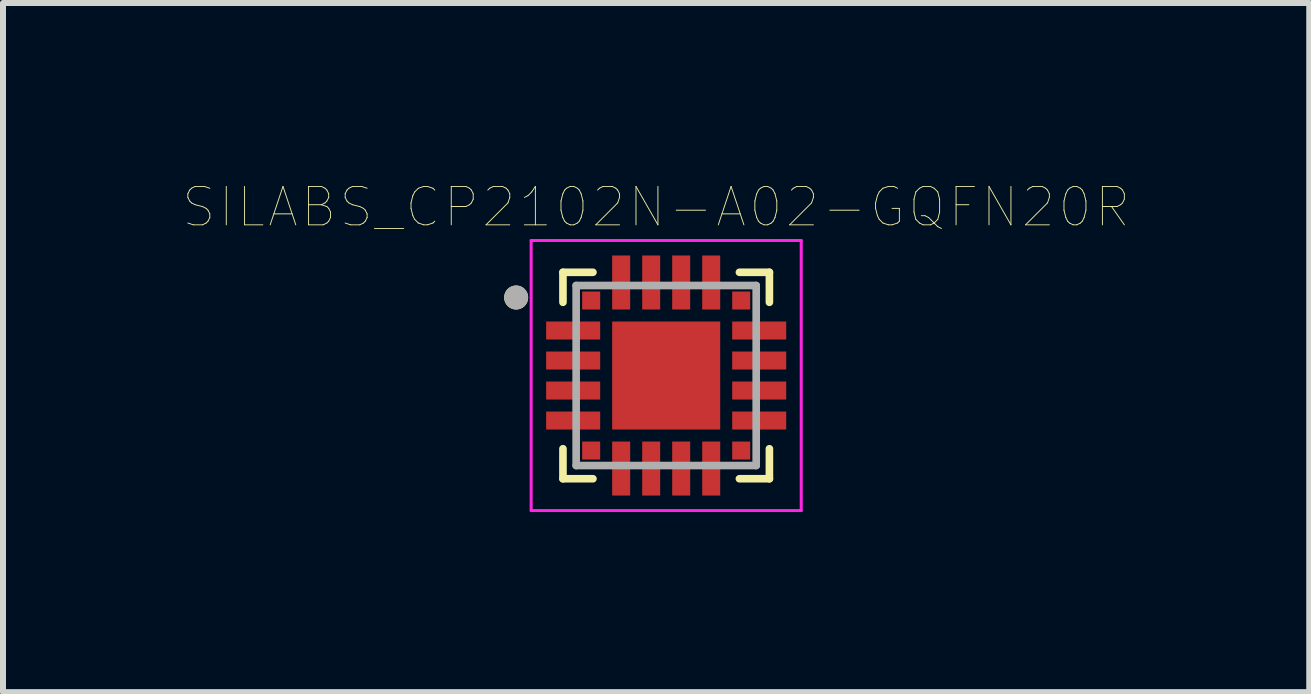
<source format=kicad_pcb>
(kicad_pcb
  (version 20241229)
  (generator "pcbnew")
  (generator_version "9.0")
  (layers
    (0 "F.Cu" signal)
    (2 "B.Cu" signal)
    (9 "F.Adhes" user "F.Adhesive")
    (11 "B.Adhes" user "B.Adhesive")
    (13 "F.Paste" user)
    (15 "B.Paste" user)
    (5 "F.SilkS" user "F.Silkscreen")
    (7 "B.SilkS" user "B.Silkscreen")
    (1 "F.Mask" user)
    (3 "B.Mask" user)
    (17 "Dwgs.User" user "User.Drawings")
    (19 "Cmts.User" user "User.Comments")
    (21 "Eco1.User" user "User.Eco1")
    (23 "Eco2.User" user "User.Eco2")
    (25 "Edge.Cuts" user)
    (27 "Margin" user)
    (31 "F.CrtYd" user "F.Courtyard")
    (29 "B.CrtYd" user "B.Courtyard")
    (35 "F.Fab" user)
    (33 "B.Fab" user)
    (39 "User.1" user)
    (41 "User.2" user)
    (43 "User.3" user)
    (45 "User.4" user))
  (footprint "SILABS_CP2102N-A02-GQFN20R"
    (layer "F.Cu")
    (at 8.05 3.207)
    (property "Reference" "SILABS_CP2102N-A02-GQFN20R" (at -0.168 -2.806 0) (layer "F.SilkS") (effects (font (size 0.64 0.64) (thickness 0.015))))
    (attr through_hole)
    (fp_line (start -1.72 -1.72) (end -1.22 -1.72) (stroke (width 0.127) (type solid)) (layer "F.SilkS"))
    (fp_line (start -1.72 -1.22) (end -1.72 -1.72) (stroke (width 0.127) (type solid)) (layer "F.SilkS"))
    (fp_line (start -1.72 1.72) (end -1.72 1.22) (stroke (width 0.127) (type solid)) (layer "F.SilkS"))
    (fp_line (start -1.22 1.72) (end -1.72 1.72) (stroke (width 0.127) (type solid)) (layer "F.SilkS"))
    (fp_line (start 1.22 -1.72) (end 1.72 -1.72) (stroke (width 0.127) (type solid)) (layer "F.SilkS"))
    (fp_line (start 1.72 -1.72) (end 1.72 -1.22) (stroke (width 0.127) (type solid)) (layer "F.SilkS"))
    (fp_line (start 1.72 1.22) (end 1.72 1.72) (stroke (width 0.127) (type solid)) (layer "F.SilkS"))
    (fp_line (start 1.72 1.72) (end 1.22 1.72) (stroke (width 0.127) (type solid)) (layer "F.SilkS"))
    (fp_circle (center -2.5 -1.3) (end -2.4 -1.3) (stroke (width 0.2) (type solid)) (fill no) (layer "F.SilkS"))
    (fp_poly (pts (xy -0.85 -0.85) (xy -0.1 -0.85) (xy -0.1 -0.1) (xy -0.85 -0.1)) (stroke (width 0.01) (type solid)) (fill yes) (layer "F.Paste"))
    (fp_poly (pts (xy -0.85 0.1) (xy -0.1 0.1) (xy -0.1 0.85) (xy -0.85 0.85)) (stroke (width 0.01) (type solid)) (fill yes) (layer "F.Paste"))
    (fp_poly (pts (xy 0.1 -0.85) (xy 0.85 -0.85) (xy 0.85 -0.1) (xy 0.1 -0.1)) (stroke (width 0.01) (type solid)) (fill yes) (layer "F.Paste"))
    (fp_poly (pts (xy 0.1 0.1) (xy 0.85 0.1) (xy 0.85 0.85) (xy 0.1 0.85)) (stroke (width 0.01) (type solid)) (fill yes) (layer "F.Paste"))
    (fp_line (start -2.25 -2.25) (end 2.25 -2.25) (stroke (width 0.05) (type solid)) (layer "F.CrtYd"))
    (fp_line (start -2.25 2.25) (end -2.25 -2.25) (stroke (width 0.05) (type solid)) (layer "F.CrtYd"))
    (fp_line (start 2.25 -2.25) (end 2.25 2.25) (stroke (width 0.05) (type solid)) (layer "F.CrtYd"))
    (fp_line (start 2.25 2.25) (end -2.25 2.25) (stroke (width 0.05) (type solid)) (layer "F.CrtYd"))
    (fp_line (start -1.5 -1.5) (end 1.5 -1.5) (stroke (width 0.127) (type solid)) (layer "F.Fab"))
    (fp_line (start -1.5 1.5) (end -1.5 -1.5) (stroke (width 0.127) (type solid)) (layer "F.Fab"))
    (fp_line (start 1.5 -1.5) (end 1.5 1.5) (stroke (width 0.127) (type solid)) (layer "F.Fab"))
    (fp_line (start 1.5 1.5) (end -1.5 1.5) (stroke (width 0.127) (type solid)) (layer "F.Fab"))
    (fp_circle (center -2.5 -1.3) (end -2.4 -1.3) (stroke (width 0.2) (type solid)) (fill no) (layer "F.Fab"))
    (pad "1" smd rect (at -1.25 -1.25) (size 0.3 0.3) (layers "F.Cu" "F.Mask" "F.Paste"))
    (pad "2" smd rect (at -1.55 -0.75) (size 0.9 0.3) (layers "F.Cu" "F.Mask" "F.Paste"))
    (pad "3" smd rect (at -1.55 -0.25) (size 0.9 0.3) (layers "F.Cu" "F.Mask" "F.Paste"))
    (pad "4" smd rect (at -1.55 0.25) (size 0.9 0.3) (layers "F.Cu" "F.Mask" "F.Paste"))
    (pad "5" smd rect (at -1.55 0.75) (size 0.9 0.3) (layers "F.Cu" "F.Mask" "F.Paste"))
    (pad "6" smd rect (at -1.25 1.25) (size 0.3 0.3) (layers "F.Cu" "F.Mask" "F.Paste"))
    (pad "7" smd rect (at -0.75 1.55) (size 0.3 0.9) (layers "F.Cu" "F.Mask" "F.Paste"))
    (pad "8" smd rect (at -0.25 1.55) (size 0.3 0.9) (layers "F.Cu" "F.Mask" "F.Paste"))
    (pad "9" smd rect (at 0.25 1.55) (size 0.3 0.9) (layers "F.Cu" "F.Mask" "F.Paste"))
    (pad "10" smd rect (at 0.75 1.55) (size 0.3 0.9) (layers "F.Cu" "F.Mask" "F.Paste"))
    (pad "11" smd rect (at 1.25 1.25) (size 0.3 0.3) (layers "F.Cu" "F.Mask" "F.Paste"))
    (pad "12" smd rect (at 1.55 0.75) (size 0.9 0.3) (layers "F.Cu" "F.Mask" "F.Paste"))
    (pad "13" smd rect (at 1.55 0.25) (size 0.9 0.3) (layers "F.Cu" "F.Mask" "F.Paste"))
    (pad "14" smd rect (at 1.55 -0.25) (size 0.9 0.3) (layers "F.Cu" "F.Mask" "F.Paste"))
    (pad "15" smd rect (at 1.55 -0.75) (size 0.9 0.3) (layers "F.Cu" "F.Mask" "F.Paste"))
    (pad "16" smd rect (at 1.25 -1.25) (size 0.3 0.3) (layers "F.Cu" "F.Mask" "F.Paste"))
    (pad "17" smd rect (at 0.75 -1.55) (size 0.3 0.9) (layers "F.Cu" "F.Mask" "F.Paste"))
    (pad "18" smd rect (at 0.25 -1.55) (size 0.3 0.9) (layers "F.Cu" "F.Mask" "F.Paste"))
    (pad "19" smd rect (at -0.25 -1.55) (size 0.3 0.9) (layers "F.Cu" "F.Mask" "F.Paste"))
    (pad "20" smd rect (at -0.75 -1.55) (size 0.3 0.9) (layers "F.Cu" "F.Mask" "F.Paste"))
    (pad "21" smd rect (at 0 0) (size 1.8 1.8) (layers "F.Cu" "F.Mask")))
  (gr_rect
    (start -3 -3)
    (end 18.765 8.482)
    (stroke (width 0.1) (type default))
    (fill no)
    (layer "Edge.Cuts")))
</source>
